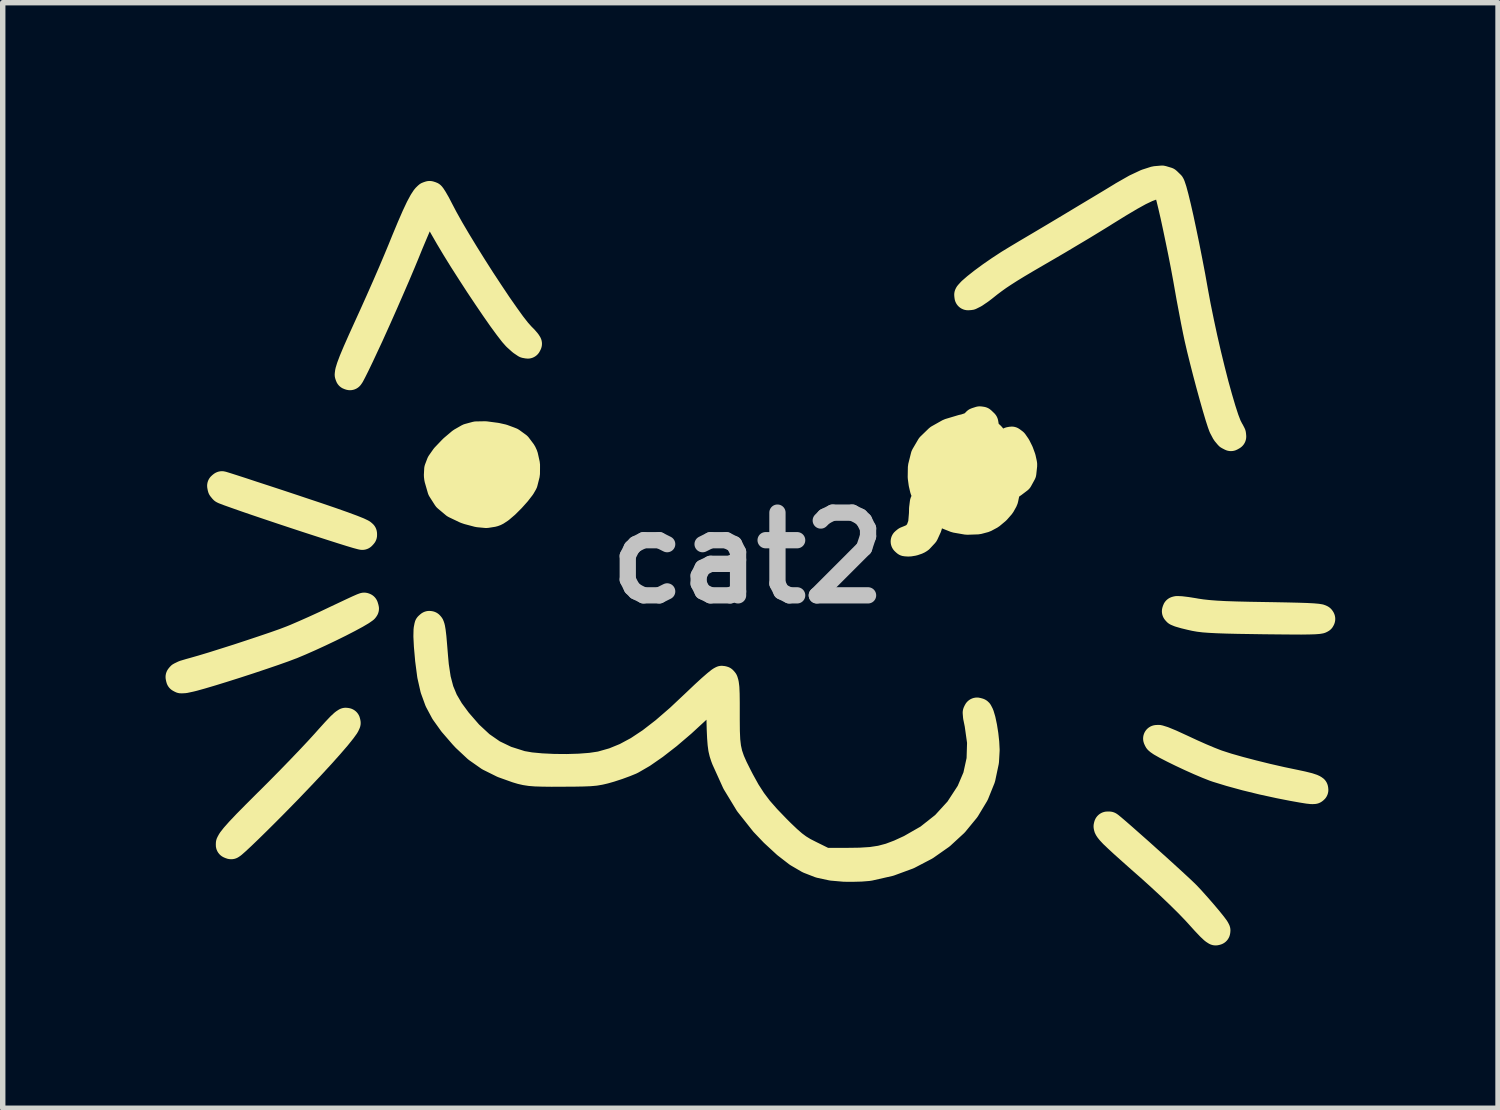
<source format=kicad_pcb>
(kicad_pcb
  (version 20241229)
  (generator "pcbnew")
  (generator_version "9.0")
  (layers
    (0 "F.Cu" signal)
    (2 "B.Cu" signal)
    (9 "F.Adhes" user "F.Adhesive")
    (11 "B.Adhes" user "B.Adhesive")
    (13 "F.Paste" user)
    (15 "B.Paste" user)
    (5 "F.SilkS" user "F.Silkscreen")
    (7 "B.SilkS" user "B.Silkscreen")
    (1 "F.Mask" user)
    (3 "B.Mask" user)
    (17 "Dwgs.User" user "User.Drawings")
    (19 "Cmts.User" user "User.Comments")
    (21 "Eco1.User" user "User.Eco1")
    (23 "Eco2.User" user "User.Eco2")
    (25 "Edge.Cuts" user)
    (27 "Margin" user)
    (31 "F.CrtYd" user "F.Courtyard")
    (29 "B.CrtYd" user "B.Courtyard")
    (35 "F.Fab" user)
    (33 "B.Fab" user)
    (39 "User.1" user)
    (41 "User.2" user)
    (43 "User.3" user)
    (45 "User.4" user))
  (footprint "cat2"
    (layer "F.Cu")
    (at 10.729 7.229)
    (property "Reference" "cat2" (at 0 0 0) (layer "Dwgs.User") (effects (font (size 1.524 1.524) (thickness 0.3))))
    (attr board_only exclude_from_pos_files exclude_from_bom)
    (fp_poly (pts (xy -9.713 -1.329) (xy -9.705 -1.288) (xy -9.673 -1.249) (xy -9.659 -1.241) (xy -9.565 -1.205) (xy -9.427 -1.156) (xy -9.254 -1.095) (xy -9.053 -1.026) (xy -8.831 -0.951) (xy -8.596 -0.872) (xy -8.355 -0.792) (xy -8.115 -0.713) (xy -7.884 -0.638) (xy -7.67 -0.569) (xy -7.479 -0.508) (xy -7.319 -0.458) (xy -7.199 -0.422) (xy -7.124 -0.402) (xy -7.104 -0.398) (xy -7.082 -0.422) (xy -7.083 -0.446) (xy -7.107 -0.466) (xy -7.176 -0.499) (xy -7.291 -0.545) (xy -7.456 -0.606) (xy -7.671 -0.682) (xy -7.94 -0.774) (xy -8.264 -0.882) (xy -8.38 -0.921) (xy -8.648 -1.01) (xy -8.898 -1.092) (xy -9.125 -1.166) (xy -9.321 -1.231) (xy -9.482 -1.283) (xy -9.601 -1.321) (xy -9.672 -1.343) (xy -9.69 -1.348)) (stroke (width 0.5) (type solid)) (fill yes) (layer "F.SilkS"))
    (fp_poly (pts (xy -7.449 3.036) (xy -7.513 3.095) (xy -7.604 3.191) (xy -7.728 3.328) (xy -7.8 3.409) (xy -7.917 3.537) (xy -8.068 3.698) (xy -8.244 3.882) (xy -8.436 4.08) (xy -8.634 4.281) (xy -8.828 4.475) (xy -8.86 4.506) (xy -9.071 4.717) (xy -9.241 4.889) (xy -9.371 5.026) (xy -9.464 5.131) (xy -9.524 5.208) (xy -9.552 5.259) (xy -9.553 5.289) (xy -9.527 5.3) (xy -9.519 5.301) (xy -9.489 5.28) (xy -9.421 5.22) (xy -9.32 5.126) (xy -9.192 5.003) (xy -9.042 4.856) (xy -8.875 4.69) (xy -8.713 4.527) (xy -8.474 4.283) (xy -8.249 4.048) (xy -8.042 3.829) (xy -7.856 3.627) (xy -7.697 3.449) (xy -7.566 3.297) (xy -7.468 3.175) (xy -7.406 3.089) (xy -7.384 3.041) (xy -7.384 3.041) (xy -7.39 3.013) (xy -7.41 3.01)) (stroke (width 0.5) (type solid)) (fill yes) (layer "F.SilkS"))
    (fp_poly (pts (xy 7.531 3.328) (xy 7.545 3.359) (xy 7.557 3.372) (xy 7.609 3.408) (xy 7.706 3.463) (xy 7.836 3.53) (xy 7.989 3.605) (xy 8.153 3.682) (xy 8.316 3.755) (xy 8.467 3.819) (xy 8.594 3.869) (xy 8.643 3.886) (xy 8.888 3.961) (xy 9.173 4.039) (xy 9.48 4.114) (xy 9.788 4.181) (xy 10.032 4.229) (xy 10.2 4.259) (xy 10.317 4.278) (xy 10.39 4.286) (xy 10.43 4.284) (xy 10.444 4.273) (xy 10.441 4.254) (xy 10.408 4.234) (xy 10.327 4.207) (xy 10.21 4.178) (xy 10.079 4.15) (xy 9.83 4.098) (xy 9.567 4.038) (xy 9.304 3.973) (xy 9.056 3.908) (xy 8.835 3.845) (xy 8.658 3.788) (xy 8.622 3.775) (xy 8.502 3.728) (xy 8.345 3.662) (xy 8.172 3.585) (xy 8 3.505) (xy 7.974 3.493) (xy 7.791 3.409) (xy 7.655 3.353) (xy 7.568 3.326)) (stroke (width 0.5) (type solid)) (fill yes) (layer "F.SilkS"))
    (fp_poly (pts (xy 6.618 4.945) (xy 6.623 4.969) (xy 6.639 4.998) (xy 6.672 5.039) (xy 6.725 5.096) (xy 6.804 5.171) (xy 6.912 5.271) (xy 7.055 5.399) (xy 7.236 5.56) (xy 7.401 5.705) (xy 7.582 5.868) (xy 7.769 6.041) (xy 7.948 6.212) (xy 8.108 6.37) (xy 8.238 6.505) (xy 8.284 6.555) (xy 8.415 6.7) (xy 8.511 6.801) (xy 8.577 6.863) (xy 8.617 6.889) (xy 8.637 6.884) (xy 8.64 6.863) (xy 8.621 6.827) (xy 8.568 6.756) (xy 8.488 6.657) (xy 8.39 6.541) (xy 8.281 6.416) (xy 8.169 6.291) (xy 8.092 6.209) (xy 8.038 6.156) (xy 7.949 6.072) (xy 7.831 5.963) (xy 7.692 5.836) (xy 7.539 5.697) (xy 7.378 5.553) (xy 7.218 5.409) (xy 7.064 5.273) (xy 6.925 5.15) (xy 6.807 5.047) (xy 6.718 4.971) (xy 6.665 4.928) (xy 6.656 4.922) (xy 6.624 4.922)) (stroke (width 0.5) (type solid)) (fill yes) (layer "F.SilkS"))
    (fp_poly (pts (xy 7.885 0.958) (xy 7.877 0.983) (xy 7.896 1.004) (xy 7.949 1.026) (xy 8.046 1.054) (xy 8.157 1.081) (xy 8.233 1.098) (xy 8.313 1.112) (xy 8.404 1.123) (xy 8.514 1.131) (xy 8.651 1.138) (xy 8.822 1.144) (xy 9.034 1.149) (xy 9.295 1.153) (xy 9.491 1.156) (xy 9.78 1.159) (xy 10.013 1.161) (xy 10.196 1.162) (xy 10.336 1.16) (xy 10.437 1.157) (xy 10.505 1.152) (xy 10.546 1.145) (xy 10.566 1.135) (xy 10.571 1.124) (xy 10.563 1.112) (xy 10.538 1.101) (xy 10.488 1.093) (xy 10.409 1.086) (xy 10.294 1.08) (xy 10.138 1.075) (xy 9.934 1.07) (xy 9.677 1.065) (xy 9.552 1.063) (xy 9.248 1.058) (xy 8.997 1.052) (xy 8.791 1.045) (xy 8.622 1.036) (xy 8.482 1.025) (xy 8.362 1.012) (xy 8.254 0.996) (xy 8.217 0.989) (xy 8.085 0.968) (xy 7.977 0.955) (xy 7.906 0.952)) (stroke (width 0.5) (type solid)) (fill yes) (layer "F.SilkS"))
    (fp_poly (pts (xy -7.103 0.901) (xy -7.183 0.936) (xy -7.299 0.99) (xy -7.443 1.058) (xy -7.598 1.131) (xy -7.787 1.221) (xy -7.984 1.311) (xy -8.171 1.394) (xy -8.331 1.463) (xy -8.41 1.495) (xy -8.541 1.545) (xy -8.717 1.607) (xy -8.926 1.678) (xy -9.157 1.755) (xy -9.397 1.834) (xy -9.634 1.909) (xy -9.856 1.979) (xy -10.052 2.038) (xy -10.209 2.083) (xy -10.278 2.102) (xy -10.389 2.135) (xy -10.459 2.169) (xy -10.479 2.193) (xy -10.471 2.229) (xy -10.441 2.245) (xy -10.378 2.242) (xy -10.271 2.219) (xy -10.214 2.205) (xy -10.074 2.166) (xy -9.888 2.111) (xy -9.671 2.044) (xy -9.434 1.969) (xy -9.191 1.89) (xy -8.955 1.811) (xy -8.738 1.737) (xy -8.552 1.671) (xy -8.412 1.618) (xy -8.41 1.618) (xy -8.248 1.55) (xy -8.069 1.471) (xy -7.882 1.385) (xy -7.695 1.296) (xy -7.517 1.208) (xy -7.356 1.125) (xy -7.221 1.052) (xy -7.119 0.992) (xy -7.059 0.95) (xy -7.047 0.934) (xy -7.059 0.893) (xy -7.07 0.889)) (stroke (width 0.5) (type solid)) (fill yes) (layer "F.SilkS"))
    (fp_poly (pts (xy -5.903 -6.682) (xy -5.946 -6.64) (xy -5.996 -6.564) (xy -6.057 -6.451) (xy -6.13 -6.296) (xy -6.218 -6.094) (xy -6.323 -5.842) (xy -6.387 -5.684) (xy -6.466 -5.494) (xy -6.563 -5.265) (xy -6.674 -5.009) (xy -6.792 -4.742) (xy -6.91 -4.479) (xy -7.007 -4.266) (xy -7.124 -4.008) (xy -7.216 -3.8) (xy -7.284 -3.638) (xy -7.33 -3.516) (xy -7.356 -3.431) (xy -7.363 -3.376) (xy -7.353 -3.347) (xy -7.331 -3.34) (xy -7.313 -3.366) (xy -7.273 -3.442) (xy -7.214 -3.56) (xy -7.14 -3.714) (xy -7.055 -3.896) (xy -6.96 -4.099) (xy -6.926 -4.175) (xy -6.814 -4.423) (xy -6.696 -4.689) (xy -6.579 -4.957) (xy -6.469 -5.211) (xy -6.373 -5.438) (xy -6.307 -5.597) (xy -6.229 -5.789) (xy -6.151 -5.974) (xy -6.08 -6.141) (xy -6.02 -6.276) (xy -5.977 -6.368) (xy -5.974 -6.374) (xy -5.879 -6.562) (xy -5.618 -6.092) (xy -5.515 -5.913) (xy -5.393 -5.709) (xy -5.257 -5.489) (xy -5.111 -5.261) (xy -4.962 -5.031) (xy -4.813 -4.808) (xy -4.671 -4.599) (xy -4.541 -4.413) (xy -4.426 -4.256) (xy -4.334 -4.137) (xy -4.272 -4.067) (xy -4.175 -3.98) (xy -4.101 -3.93) (xy -4.056 -3.922) (xy -4.044 -3.946) (xy -4.065 -3.979) (xy -4.117 -4.039) (xy -4.17 -4.092) (xy -4.244 -4.175) (xy -4.344 -4.303) (xy -4.464 -4.47) (xy -4.601 -4.666) (xy -4.748 -4.886) (xy -4.902 -5.12) (xy -5.057 -5.363) (xy -5.208 -5.605) (xy -5.351 -5.84) (xy -5.48 -6.059) (xy -5.59 -6.256) (xy -5.671 -6.41) (xy -5.73 -6.524) (xy -5.783 -6.616) (xy -5.82 -6.673) (xy -5.83 -6.684) (xy -5.865 -6.695)) (stroke (width 0.5) (type solid)) (fill yes) (layer "F.SilkS"))
    (fp_poly (pts (xy 7.503 -6.968) (xy 7.341 -6.916) (xy 7.143 -6.823) (xy 6.904 -6.687) (xy 6.892 -6.679) (xy 6.706 -6.566) (xy 6.478 -6.429) (xy 6.221 -6.275) (xy 5.947 -6.11) (xy 5.666 -5.942) (xy 5.39 -5.778) (xy 5.131 -5.625) (xy 4.969 -5.528) (xy 4.803 -5.427) (xy 4.635 -5.317) (xy 4.473 -5.205) (xy 4.326 -5.097) (xy 4.202 -4.999) (xy 4.11 -4.919) (xy 4.058 -4.862) (xy 4.051 -4.849) (xy 4.055 -4.813) (xy 4.1 -4.816) (xy 4.178 -4.855) (xy 4.286 -4.929) (xy 4.345 -4.974) (xy 4.439 -5.049) (xy 4.527 -5.115) (xy 4.616 -5.179) (xy 4.714 -5.244) (xy 4.828 -5.317) (xy 4.967 -5.402) (xy 5.139 -5.504) (xy 5.352 -5.628) (xy 5.5 -5.714) (xy 5.714 -5.839) (xy 5.937 -5.972) (xy 6.157 -6.103) (xy 6.357 -6.225) (xy 6.525 -6.328) (xy 6.585 -6.366) (xy 6.839 -6.523) (xy 7.048 -6.647) (xy 7.218 -6.741) (xy 7.355 -6.806) (xy 7.462 -6.846) (xy 7.546 -6.862) (xy 7.568 -6.863) (xy 7.663 -6.852) (xy 7.715 -6.813) (xy 7.719 -6.805) (xy 7.739 -6.749) (xy 7.769 -6.641) (xy 7.806 -6.489) (xy 7.849 -6.303) (xy 7.895 -6.09) (xy 7.943 -5.86) (xy 7.992 -5.621) (xy 8.039 -5.381) (xy 8.082 -5.149) (xy 8.106 -5.013) (xy 8.144 -4.798) (xy 8.186 -4.576) (xy 8.226 -4.365) (xy 8.263 -4.181) (xy 8.29 -4.053) (xy 8.335 -3.859) (xy 8.388 -3.645) (xy 8.446 -3.418) (xy 8.506 -3.192) (xy 8.566 -2.974) (xy 8.622 -2.777) (xy 8.672 -2.609) (xy 8.713 -2.482) (xy 8.738 -2.414) (xy 8.792 -2.312) (xy 8.849 -2.244) (xy 8.899 -2.218) (xy 8.931 -2.236) (xy 8.927 -2.279) (xy 8.894 -2.343) (xy 8.888 -2.351) (xy 8.848 -2.428) (xy 8.798 -2.558) (xy 8.741 -2.734) (xy 8.678 -2.948) (xy 8.61 -3.193) (xy 8.541 -3.463) (xy 8.471 -3.75) (xy 8.403 -4.046) (xy 8.339 -4.344) (xy 8.279 -4.638) (xy 8.227 -4.918) (xy 8.177 -5.198) (xy 8.123 -5.479) (xy 8.069 -5.753) (xy 8.015 -6.013) (xy 7.964 -6.253) (xy 7.916 -6.464) (xy 7.873 -6.641) (xy 7.837 -6.775) (xy 7.809 -6.859) (xy 7.799 -6.881) (xy 7.728 -6.95) (xy 7.631 -6.979)) (stroke (width 0.5) (type solid)) (fill yes) (layer "F.SilkS"))
    (fp_poly (pts (xy -5.896 1.249) (xy -5.91 1.321) (xy -5.913 1.444) (xy -5.904 1.622) (xy -5.883 1.857) (xy -5.882 1.873) (xy -5.844 2.163) (xy -5.788 2.411) (xy -5.708 2.631) (xy -5.598 2.837) (xy -5.45 3.044) (xy -5.258 3.266) (xy -5.205 3.323) (xy -4.994 3.52) (xy -4.769 3.678) (xy -4.513 3.805) (xy -4.259 3.896) (xy -4.175 3.921) (xy -4.096 3.939) (xy -4.012 3.952) (xy -3.912 3.96) (xy -3.783 3.964) (xy -3.615 3.966) (xy -3.416 3.965) (xy -3.203 3.964) (xy -3.04 3.961) (xy -2.913 3.956) (xy -2.813 3.947) (xy -2.726 3.932) (xy -2.641 3.912) (xy -2.546 3.885) (xy -2.533 3.881) (xy -2.395 3.836) (xy -2.262 3.787) (xy -2.159 3.745) (xy -2.135 3.733) (xy -1.94 3.62) (xy -1.715 3.464) (xy -1.469 3.273) (xy -1.21 3.052) (xy -0.946 2.809) (xy -0.813 2.68) (xy -0.527 2.396) (xy -0.514 2.952) (xy -0.509 3.155) (xy -0.502 3.309) (xy -0.493 3.425) (xy -0.481 3.516) (xy -0.463 3.592) (xy -0.439 3.666) (xy -0.423 3.708) (xy -0.229 4.136) (xy 0.006 4.523) (xy 0.288 4.879) (xy 0.471 5.071) (xy 0.701 5.283) (xy 0.913 5.447) (xy 1.118 5.567) (xy 1.326 5.648) (xy 1.548 5.696) (xy 1.777 5.716) (xy 1.93 5.717) (xy 2.083 5.713) (xy 2.21 5.703) (xy 2.243 5.698) (xy 2.609 5.615) (xy 2.954 5.488) (xy 3.272 5.322) (xy 3.56 5.12) (xy 3.812 4.888) (xy 4.024 4.63) (xy 4.192 4.351) (xy 4.311 4.056) (xy 4.376 3.748) (xy 4.388 3.539) (xy 4.381 3.404) (xy 4.365 3.257) (xy 4.342 3.112) (xy 4.315 2.984) (xy 4.286 2.887) (xy 4.259 2.835) (xy 4.254 2.831) (xy 4.221 2.822) (xy 4.207 2.851) (xy 4.213 2.925) (xy 4.239 3.052) (xy 4.241 3.06) (xy 4.288 3.394) (xy 4.278 3.718) (xy 4.21 4.028) (xy 4.087 4.317) (xy 4.085 4.32) (xy 3.876 4.641) (xy 3.621 4.92) (xy 3.321 5.157) (xy 2.991 5.346) (xy 2.791 5.438) (xy 2.616 5.504) (xy 2.45 5.548) (xy 2.273 5.575) (xy 2.068 5.588) (xy 1.867 5.591) (xy 1.42 5.592) (xy 1.147 5.457) (xy 1.031 5.398) (xy 0.933 5.338) (xy 0.84 5.269) (xy 0.738 5.18) (xy 0.614 5.062) (xy 0.534 4.982) (xy 0.355 4.796) (xy 0.211 4.632) (xy 0.091 4.473) (xy -0.019 4.303) (xy -0.129 4.104) (xy -0.173 4.019) (xy -0.25 3.865) (xy -0.307 3.736) (xy -0.348 3.617) (xy -0.375 3.496) (xy -0.391 3.359) (xy -0.398 3.193) (xy -0.4 2.984) (xy -0.4 2.891) (xy -0.4 2.673) (xy -0.402 2.509) (xy -0.407 2.392) (xy -0.417 2.313) (xy -0.431 2.266) (xy -0.451 2.243) (xy -0.478 2.237) (xy -0.48 2.237) (xy -0.515 2.257) (xy -0.586 2.314) (xy -0.686 2.401) (xy -0.807 2.512) (xy -0.942 2.64) (xy -0.964 2.661) (xy -1.267 2.946) (xy -1.541 3.183) (xy -1.793 3.378) (xy -2.028 3.534) (xy -2.253 3.655) (xy -2.473 3.745) (xy -2.695 3.808) (xy -2.727 3.815) (xy -2.895 3.84) (xy -3.104 3.856) (xy -3.336 3.863) (xy -3.575 3.861) (xy -3.805 3.85) (xy -4.008 3.831) (xy -4.169 3.803) (xy -4.18 3.8) (xy -4.454 3.713) (xy -4.697 3.596) (xy -4.919 3.442) (xy -5.133 3.243) (xy -5.338 3.007) (xy -5.481 2.813) (xy -5.589 2.629) (xy -5.667 2.441) (xy -5.722 2.232) (xy -5.759 1.987) (xy -5.774 1.823) (xy -5.791 1.616) (xy -5.804 1.463) (xy -5.817 1.355) (xy -5.829 1.285) (xy -5.842 1.246) (xy -5.857 1.228) (xy -5.87 1.226)) (stroke (width 0.5) (type solid)) (fill yes) (layer "F.SilkS"))
    (fp_poly (pts (xy -5.006 -2.265) (xy -5.15 -2.226) (xy -5.288 -2.147) (xy -5.436 -2.022) (xy -5.46 -1.998) (xy -5.59 -1.862) (xy -5.672 -1.745) (xy -5.714 -1.635) (xy -5.72 -1.519) (xy -5.713 -1.462) (xy -5.656 -1.264) (xy -5.554 -1.104) (xy -5.403 -0.977) (xy -5.202 -0.881) (xy -5.153 -0.864) (xy -4.968 -0.815) (xy -4.819 -0.801) (xy -4.693 -0.821) (xy -4.642 -0.84) (xy -4.561 -0.893) (xy -4.477 -0.965) (xy -4.596 -0.965) (xy -4.611 -0.95) (xy -4.627 -0.965) (xy -4.611 -0.98) (xy -4.596 -0.965) (xy -4.477 -0.965) (xy -4.459 -0.98) (xy -4.441 -0.998) (xy -5.091 -0.998) (xy -5.098 -0.982) (xy -5.115 -0.98) (xy -5.157 -1.003) (xy -5.163 -1.011) (xy -5.158 -1.028) (xy -5.134 -1.023) (xy -5.091 -0.998) (xy -4.441 -0.998) (xy -4.35 -1.089) (xy -4.248 -1.203) (xy -4.166 -1.309) (xy -4.122 -1.385) (xy -4.081 -1.547) (xy -4.08 -1.653) (xy -4.137 -1.653) (xy -4.147 -1.586) (xy -4.17 -1.497) (xy -4.201 -1.405) (xy -4.233 -1.33) (xy -4.259 -1.289) (xy -4.265 -1.287) (xy -4.27 -1.315) (xy -4.274 -1.387) (xy -4.275 -1.463) (xy -4.279 -1.551) (xy -4.36 -1.551) (xy -4.361 -1.414) (xy -4.382 -1.287) (xy -4.42 -1.185) (xy -4.473 -1.119) (xy -4.52 -1.103) (xy -4.56 -1.116) (xy -4.564 -1.126) (xy -4.55 -1.167) (xy -4.519 -1.226) (xy -4.518 -1.229) (xy -4.657 -1.229) (xy -4.682 -1.165) (xy -4.744 -1.107) (xy -4.825 -1.062) (xy -4.909 -1.039) (xy -4.979 -1.045) (xy -5.008 -1.069) (xy -4.994 -1.095) (xy -4.94 -1.117) (xy -4.938 -1.118) (xy -5.423 -1.118) (xy -5.438 -1.103) (xy -5.454 -1.118) (xy -5.438 -1.134) (xy -5.423 -1.118) (xy -4.938 -1.118) (xy -4.86 -1.15) (xy -4.825 -1.171) (xy -5.01 -1.171) (xy -5.119 -1.168) (xy -5.132 -1.169) (xy -5.455 -1.169) (xy -5.468 -1.168) (xy -5.498 -1.2) (xy -5.535 -1.256) (xy -5.558 -1.301) (xy -5.592 -1.401) (xy -5.609 -1.515) (xy -5.609 -1.623) (xy -5.592 -1.703) (xy -5.576 -1.726) (xy -5.552 -1.739) (xy -5.549 -1.707) (xy -5.556 -1.664) (xy -5.557 -1.568) (xy -5.537 -1.439) (xy -5.501 -1.302) (xy -5.468 -1.213) (xy -5.455 -1.169) (xy -5.132 -1.169) (xy -5.215 -1.181) (xy -5.292 -1.236) (xy -5.303 -1.248) (xy -5.347 -1.299) (xy -5.351 -1.309) (xy -5.315 -1.28) (xy -5.308 -1.274) (xy -5.23 -1.229) (xy -5.133 -1.195) (xy -5.124 -1.194) (xy -5.01 -1.171) (xy -4.825 -1.171) (xy -4.771 -1.204) (xy -4.757 -1.214) (xy -4.694 -1.26) (xy -4.665 -1.269) (xy -4.657 -1.245) (xy -4.657 -1.229) (xy -4.518 -1.229) (xy -4.495 -1.298) (xy -4.487 -1.348) (xy -4.565 -1.348) (xy -4.576 -1.323) (xy -4.586 -1.328) (xy -4.589 -1.364) (xy -4.586 -1.369) (xy -4.567 -1.364) (xy -4.565 -1.348) (xy -4.487 -1.348) (xy -4.482 -1.382) (xy -4.712 -1.382) (xy -4.728 -1.352) (xy -4.781 -1.304) (xy -4.856 -1.252) (xy -4.931 -1.211) (xy -4.979 -1.195) (xy -4.976 -1.209) (xy -4.931 -1.242) (xy -4.909 -1.256) (xy -4.832 -1.318) (xy -4.778 -1.387) (xy -4.774 -1.395) (xy -4.742 -1.444) (xy -4.716 -1.436) (xy -4.715 -1.434) (xy -4.712 -1.382) (xy -4.482 -1.382) (xy -4.478 -1.406) (xy -4.472 -1.501) (xy -4.467 -1.607) (xy -4.58 -1.607) (xy -4.593 -1.543) (xy -4.616 -1.492) (xy -4.641 -1.477) (xy -4.647 -1.481) (xy -4.66 -1.516) (xy -4.672 -1.562) (xy -4.817 -1.562) (xy -4.826 -1.485) (xy -4.892 -1.394) (xy -4.905 -1.381) (xy -4.987 -1.315) (xy -5.072 -1.29) (xy -5.111 -1.29) (xy -5.224 -1.292) (xy -5.125 -1.321) (xy -5.015 -1.377) (xy -5.004 -1.394) (xy -5.362 -1.394) (xy -5.377 -1.379) (xy -5.393 -1.394) (xy -5.377 -1.409) (xy -5.362 -1.394) (xy -5.004 -1.394) (xy -4.957 -1.466) (xy -4.955 -1.519) (xy -5.035 -1.519) (xy -5.054 -1.474) (xy -5.111 -1.42) (xy -5.186 -1.413) (xy -5.26 -1.453) (xy -5.29 -1.488) (xy -5.321 -1.576) (xy -5.311 -1.66) (xy -5.265 -1.722) (xy -5.218 -1.741) (xy -5.153 -1.726) (xy -5.109 -1.675) (xy -5.1 -1.613) (xy -5.116 -1.579) (xy -5.129 -1.534) (xy -5.101 -1.508) (xy -5.052 -1.519) (xy -5.035 -1.519) (xy -4.955 -1.519) (xy -4.953 -1.58) (xy -4.959 -1.607) (xy -4.974 -1.676) (xy -4.962 -1.698) (xy -4.917 -1.674) (xy -4.864 -1.63) (xy -4.817 -1.562) (xy -4.672 -1.562) (xy -4.681 -1.595) (xy -4.702 -1.69) (xy -4.704 -1.702) (xy -4.784 -1.702) (xy -4.795 -1.692) (xy -4.835 -1.725) (xy -4.896 -1.76) (xy -4.994 -1.795) (xy -5.089 -1.819) (xy -5.284 -1.859) (xy -5.206 -1.909) (xy -5.079 -1.971) (xy -4.971 -1.977) (xy -4.886 -1.928) (xy -4.883 -1.925) (xy -4.828 -1.841) (xy -4.797 -1.763) (xy -4.784 -1.702) (xy -4.704 -1.702) (xy -4.722 -1.791) (xy -4.733 -1.864) (xy -4.734 -1.894) (xy -4.712 -1.88) (xy -4.674 -1.83) (xy -4.631 -1.762) (xy -4.595 -1.695) (xy -4.583 -1.663) (xy -4.58 -1.607) (xy -4.467 -1.607) (xy -4.467 -1.615) (xy -4.456 -1.711) (xy -4.444 -1.762) (xy -4.427 -1.79) (xy -4.41 -1.774) (xy -4.388 -1.706) (xy -4.382 -1.685) (xy -4.36 -1.551) (xy -4.279 -1.551) (xy -4.282 -1.622) (xy -4.307 -1.741) (xy -4.355 -1.84) (xy -4.373 -1.864) (xy -4.532 -1.864) (xy -4.546 -1.848) (xy -4.591 -1.872) (xy -4.635 -1.91) (xy -4.693 -1.97) (xy -4.726 -2.009) (xy -4.729 -2.017) (xy -4.702 -2.014) (xy -4.648 -1.987) (xy -4.592 -1.95) (xy -4.558 -1.918) (xy -4.532 -1.864) (xy -4.373 -1.864) (xy -4.405 -1.907) (xy -4.496 -2.023) (xy -4.538 -2.094) (xy -4.64 -2.094) (xy -4.675 -2.096) (xy -4.703 -2.102) (xy -4.772 -2.12) (xy -4.808 -2.134) (xy -4.808 -2.134) (xy -4.804 -2.145) (xy -4.764 -2.144) (xy -4.709 -2.133) (xy -4.662 -2.116) (xy -4.657 -2.113) (xy -4.64 -2.094) (xy -4.538 -2.094) (xy -4.54 -2.099) (xy -4.539 -2.136) (xy -4.491 -2.132) (xy -4.396 -2.088) (xy -4.378 -2.078) (xy -4.265 -1.983) (xy -4.182 -1.85) (xy -4.14 -1.702) (xy -4.137 -1.653) (xy -4.08 -1.653) (xy -4.08 -1.72) (xy -4.116 -1.882) (xy -4.145 -1.945) (xy -4.236 -2.066) (xy -4.357 -2.154) (xy -4.4 -2.171) (xy -5.034 -2.171) (xy -5.043 -2.153) (xy -5.055 -2.145) (xy -5.121 -2.119) (xy -5.147 -2.117) (xy -5.166 -2.125) (xy -5.132 -2.145) (xy -5.067 -2.168) (xy -5.034 -2.171) (xy -4.4 -2.171) (xy -4.454 -2.191) (xy -4.933 -2.191) (xy -4.948 -2.175) (xy -4.964 -2.191) (xy -4.948 -2.206) (xy -4.933 -2.191) (xy -4.454 -2.191) (xy -4.519 -2.215) (xy -4.635 -2.241) (xy -4.84 -2.268)) (stroke (width 0.5) (type solid)) (fill yes) (layer "F.SilkS"))
    (fp_poly (pts (xy 4.203 -2.521) (xy 4.169 -2.486) (xy 4.114 -2.441) (xy 4 -2.403) (xy 3.947 -2.391) (xy 3.706 -2.319) (xy 3.507 -2.207) (xy 3.354 -2.059) (xy 3.249 -1.88) (xy 3.197 -1.672) (xy 3.194 -1.488) (xy 3.21 -1.37) (xy 3.235 -1.263) (xy 3.256 -1.209) (xy 3.284 -1.142) (xy 3.279 -1.101) (xy 3.26 -1.079) (xy 3.233 -1.021) (xy 3.219 -0.909) (xy 3.217 -0.815) (xy 3.201 -0.627) (xy 3.15 -0.488) (xy 3.064 -0.395) (xy 2.979 -0.357) (xy 2.912 -0.33) (xy 2.88 -0.304) (xy 2.88 -0.302) (xy 2.905 -0.279) (xy 2.968 -0.275) (xy 3.048 -0.288) (xy 3.127 -0.315) (xy 3.168 -0.34) (xy 3.264 -0.443) (xy 3.327 -0.581) (xy 3.357 -0.731) (xy 3.375 -0.819) (xy 3.398 -0.877) (xy 3.413 -0.888) (xy 3.456 -0.875) (xy 3.535 -0.84) (xy 3.63 -0.792) (xy 3.828 -0.713) (xy 4.036 -0.677) (xy 4.236 -0.684) (xy 4.364 -0.718) (xy 4.476 -0.778) (xy 4.584 -0.868) (xy 4.595 -0.88) (xy 4.421 -0.88) (xy 4.348 -0.824) (xy 4.258 -0.783) (xy 4.14 -0.767) (xy 4.027 -0.777) (xy 3.998 -0.786) (xy 3.992 -0.799) (xy 3.792 -0.799) (xy 3.788 -0.797) (xy 3.76 -0.818) (xy 3.753 -0.827) (xy 3.746 -0.856) (xy 3.75 -0.858) (xy 3.778 -0.836) (xy 3.784 -0.827) (xy 3.792 -0.799) (xy 3.992 -0.799) (xy 3.989 -0.804) (xy 4.026 -0.829) (xy 4.093 -0.855) (xy 4.176 -0.877) (xy 4.26 -0.891) (xy 4.33 -0.893) (xy 4.332 -0.892) (xy 4.421 -0.88) (xy 4.595 -0.88) (xy 4.673 -0.969) (xy 4.727 -1.066) (xy 4.733 -1.087) (xy 4.752 -1.178) (xy 4.763 -1.235) (xy 4.769 -1.244) (xy 4.622 -1.244) (xy 4.59 -1.148) (xy 4.56 -1.083) (xy 4.507 -0.995) (xy 4.456 -0.955) (xy 4.422 -0.95) (xy 4.367 -0.957) (xy 4.351 -0.968) (xy 4.367 -1.003) (xy 4.386 -1.033) (xy 4.07 -1.033) (xy 4.063 -1.016) (xy 4.032 -0.983) (xy 4.014 -0.99) (xy 4.014 -0.994) (xy 4.034 -1.018) (xy 3.817 -1.018) (xy 3.787 -1.014) (xy 3.747 -1.019) (xy 3.746 -1.03) (xy 3.787 -1.037) (xy 3.805 -1.032) (xy 3.817 -1.018) (xy 4.034 -1.018) (xy 4.036 -1.02) (xy 4.049 -1.029) (xy 4.07 -1.033) (xy 4.386 -1.033) (xy 4.406 -1.064) (xy 4.41 -1.07) (xy 4.459 -1.156) (xy 4.49 -1.235) (xy 4.527 -1.302) (xy 4.569 -1.317) (xy 4.615 -1.3) (xy 4.622 -1.244) (xy 4.769 -1.244) (xy 4.804 -1.301) (xy 4.883 -1.355) (xy 4.378 -1.355) (xy 4.349 -1.289) (xy 4.318 -1.237) (xy 4.251 -1.149) (xy 4.187 -1.098) (xy 4.137 -1.093) (xy 4.128 -1.099) (xy 4.136 -1.131) (xy 4.167 -1.176) (xy 3.93 -1.176) (xy 3.925 -1.154) (xy 3.888 -1.136) (xy 3.885 -1.135) (xy 3.782 -1.11) (xy 3.714 -1.134) (xy 3.676 -1.21) (xy 3.674 -1.218) (xy 3.667 -1.323) (xy 3.677 -1.417) (xy 3.693 -1.467) (xy 3.703 -1.467) (xy 3.704 -1.458) (xy 3.727 -1.406) (xy 3.783 -1.333) (xy 3.832 -1.282) (xy 3.901 -1.214) (xy 3.93 -1.176) (xy 4.167 -1.176) (xy 4.178 -1.192) (xy 4.243 -1.266) (xy 4.324 -1.344) (xy 4.369 -1.373) (xy 4.378 -1.355) (xy 4.883 -1.355) (xy 4.885 -1.356) (xy 4.997 -1.441) (xy 5.064 -1.563) (xy 5.08 -1.712) (xy 5.078 -1.735) (xy 5.055 -1.84) (xy 5.014 -1.952) (xy 4.962 -2.056) (xy 4.908 -2.134) (xy 4.86 -2.17) (xy 4.86 -2.17) (xy 4.821 -2.163) (xy 4.815 -2.118) (xy 4.841 -2.031) (xy 4.887 -1.926) (xy 4.944 -1.778) (xy 4.959 -1.663) (xy 4.933 -1.572) (xy 4.888 -1.515) (xy 4.816 -1.455) (xy 4.771 -1.448) (xy 4.761 -1.471) (xy 4.565 -1.471) (xy 4.554 -1.445) (xy 4.545 -1.45) (xy 4.541 -1.487) (xy 4.545 -1.491) (xy 4.563 -1.487) (xy 4.565 -1.471) (xy 4.761 -1.471) (xy 4.751 -1.495) (xy 4.749 -1.53) (xy 4.744 -1.581) (xy 4.657 -1.581) (xy 4.655 -1.536) (xy 4.642 -1.527) (xy 4.608 -1.558) (xy 4.586 -1.583) (xy 4.017 -1.583) (xy 4.014 -1.485) (xy 4.007 -1.409) (xy 3.999 -1.379) (xy 3.97 -1.359) (xy 3.946 -1.393) (xy 3.929 -1.474) (xy 3.922 -1.594) (xy 3.922 -1.599) (xy 3.925 -1.636) (xy 3.633 -1.636) (xy 3.616 -1.584) (xy 3.592 -1.485) (xy 3.585 -1.407) (xy 3.58 -1.344) (xy 3.569 -1.317) (xy 3.56 -1.345) (xy 3.554 -1.412) (xy 3.554 -1.434) (xy 3.566 -1.528) (xy 3.595 -1.603) (xy 3.6 -1.61) (xy 3.631 -1.647) (xy 3.633 -1.636) (xy 3.925 -1.636) (xy 3.929 -1.703) (xy 3.827 -1.703) (xy 3.822 -1.663) (xy 3.811 -1.663) (xy 3.804 -1.704) (xy 3.809 -1.722) (xy 3.823 -1.733) (xy 3.827 -1.703) (xy 3.929 -1.703) (xy 3.93 -1.709) (xy 3.95 -1.783) (xy 3.979 -1.811) (xy 4 -1.801) (xy 4.01 -1.762) (xy 4.016 -1.682) (xy 4.017 -1.583) (xy 4.586 -1.583) (xy 4.556 -1.616) (xy 4.487 -1.704) (xy 4.431 -1.791) (xy 4.417 -1.82) (xy 4.395 -1.902) (xy 4.402 -1.92) (xy 3.881 -1.92) (xy 3.877 -1.902) (xy 3.861 -1.9) (xy 3.835 -1.911) (xy 3.836 -1.912) (xy 3.652 -1.912) (xy 3.619 -1.866) (xy 3.617 -1.864) (xy 3.542 -1.75) (xy 3.491 -1.606) (xy 3.466 -1.45) (xy 3.469 -1.299) (xy 3.501 -1.169) (xy 3.548 -1.094) (xy 3.607 -1.022) (xy 3.618 -0.986) (xy 3.586 -0.987) (xy 3.514 -1.028) (xy 3.476 -1.057) (xy 3.38 -1.162) (xy 3.314 -1.299) (xy 3.287 -1.443) (xy 3.292 -1.517) (xy 3.321 -1.589) (xy 3.379 -1.68) (xy 3.453 -1.774) (xy 3.53 -1.856) (xy 3.599 -1.913) (xy 3.642 -1.93) (xy 3.652 -1.912) (xy 3.836 -1.912) (xy 3.84 -1.92) (xy 3.876 -1.924) (xy 3.881 -1.92) (xy 4.402 -1.92) (xy 4.41 -1.94) (xy 4.439 -1.946) (xy 3.952 -1.946) (xy 3.937 -1.93) (xy 3.922 -1.946) (xy 3.937 -1.961) (xy 3.952 -1.946) (xy 4.439 -1.946) (xy 4.453 -1.948) (xy 4.507 -1.911) (xy 4.563 -1.841) (xy 4.613 -1.752) (xy 4.647 -1.656) (xy 4.657 -1.581) (xy 4.744 -1.581) (xy 4.734 -1.689) (xy 4.694 -1.857) (xy 4.647 -1.987) (xy 4.577 -1.987) (xy 4.569 -1.965) (xy 4.522 -1.989) (xy 4.481 -2.02) (xy 4.43 -2.085) (xy 4.412 -2.146) (xy 4.424 -2.188) (xy 4.457 -2.176) (xy 4.509 -2.111) (xy 4.544 -2.055) (xy 4.577 -1.987) (xy 4.647 -1.987) (xy 4.635 -2.019) (xy 4.564 -2.157) (xy 4.537 -2.191) (xy 4.251 -2.191) (xy 4.249 -2.128) (xy 4.242 -2.111) (xy 4.238 -2.121) (xy 4.232 -2.195) (xy 4.237 -2.244) (xy 4.245 -2.261) (xy 4.25 -2.224) (xy 4.251 -2.191) (xy 4.537 -2.191) (xy 4.485 -2.257) (xy 4.464 -2.275) (xy 4.097 -2.275) (xy 4.091 -2.244) (xy 4.07 -2.173) (xy 4.045 -2.152) (xy 3.996 -2.175) (xy 3.97 -2.192) (xy 3.91 -2.225) (xy 3.863 -2.222) (xy 3.815 -2.194) (xy 3.76 -2.15) (xy 3.738 -2.116) (xy 3.714 -2.086) (xy 3.652 -2.04) (xy 3.608 -2.013) (xy 3.507 -1.944) (xy 3.412 -1.865) (xy 3.388 -1.841) (xy 3.33 -1.783) (xy 3.293 -1.75) (xy 3.287 -1.746) (xy 3.294 -1.771) (xy 3.321 -1.832) (xy 3.338 -1.865) (xy 3.433 -2.001) (xy 3.567 -2.129) (xy 3.719 -2.231) (xy 3.84 -2.283) (xy 3.969 -2.318) (xy 4.05 -2.329) (xy 4.089 -2.315) (xy 4.097 -2.275) (xy 4.464 -2.275) (xy 4.453 -2.283) (xy 4.4 -2.337) (xy 4.381 -2.388) (xy 4.364 -2.487) (xy 4.312 -2.537) (xy 4.272 -2.543)) (stroke (width 0.5) (type solid)) (fill yes) (layer "F.SilkS")))
  (gr_rect
    (start -3 -3)
    (end 24.549 17.368)
    (stroke (width 0.1) (type default))
    (fill no)
    (layer "Edge.Cuts")))
</source>
